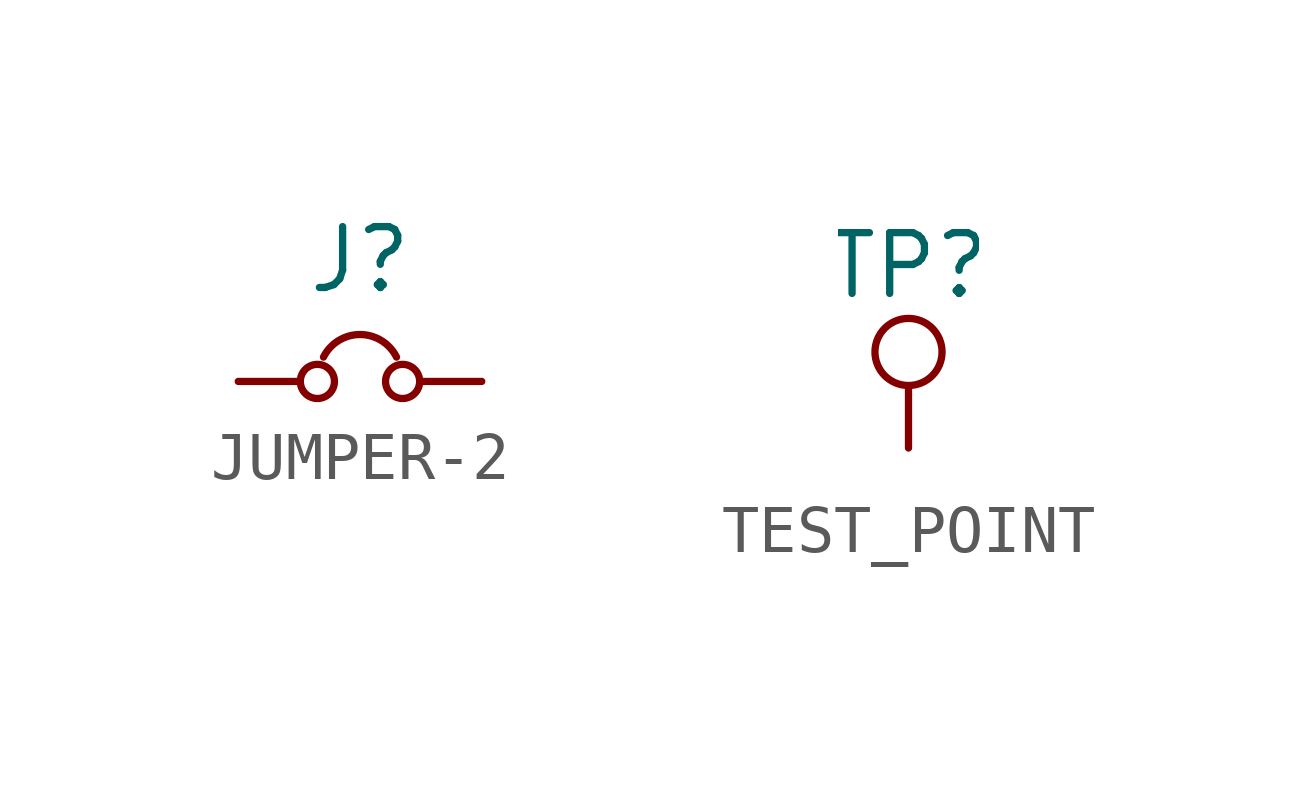
<source format=kicad_sym>
(kicad_symbol_lib
  (version 20211014)
  (generator kicad_symbol_editor)
  (symbol "JUMPER-2"
    (pin_numbers hide)
    (pin_names
      (offset 1.016))
    (property "Reference" "J"
      (at 0 2.54 0)
      (effects (font (size 1.27 1.27))))
    (symbol "JUMPER-2_0_0"
      (pin unspecified line (at -2.54 0 0) (length 1.27) (name "~" (effects (font (size 0.762 0.762)))) (number "1" (effects (font (size 0.762 0.762)))))
      (pin unspecified line (at 2.54 0 180) (length 1.27) (name "~" (effects (font (size 0.762 0.762)))) (number "2" (effects (font (size 0.762 0.762))))))
    (symbol "JUMPER-2_0_1"
      (circle (center -0.889 0) (radius 0.356) (stroke (width 0) (type default) (color 0 0 0 0)) (fill (type none)))
      (arc (start 0.762 0.508) (mid 0 0.9789) (end -0.762 0.508) (stroke (width 0) (type default) (color 0 0 0 0)) (fill (type none)))
      (circle (center 0.889 0) (radius 0.356) (stroke (width 0) (type default) (color 0 0 0 0)) (fill (type none)))))
  (symbol "TEST_POINT"
    (pin_numbers hide)
    (pin_names hide)
    (property "Reference" "TP"
      (at 0 3.81 0)
      (effects (font (size 1.27 1.27))))
    (symbol "TEST_POINT_0_1"
      (circle (center 0 2.007) (radius 0.701) (stroke (width 0) (type default) (color 0 0 0 0)) (fill (type none))))
    (symbol "TEST_POINT_1_1"
      (pin unspecified line (at 0 0 90) (length 1.27) (name "~" (effects (font (size 1.27 1.27)))) (number "1" (effects (font (size 1.27 1.27))))))))
</source>
